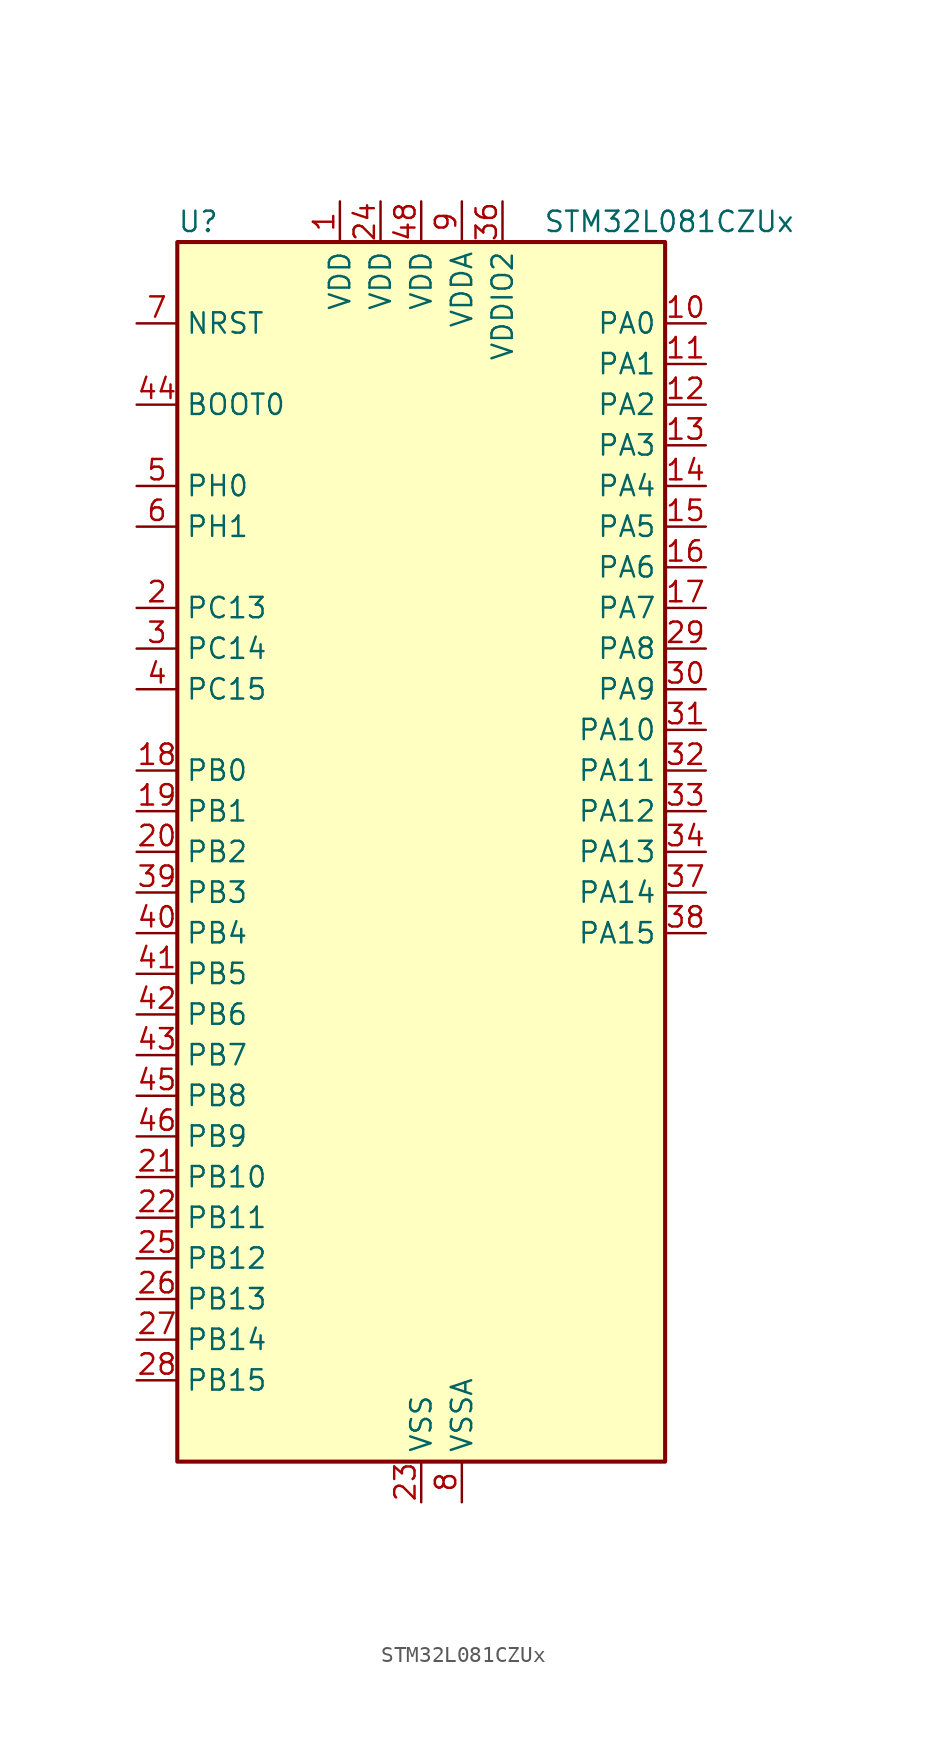
<source format=kicad_sym>
(kicad_symbol_lib
  (version 20241209)
  (generator "kicad_symbol_editor")
  (generator_version "9.0")
  (symbol "STM32L081CZUx"
    (property "Reference" "U"
      (at -15.24 39.37 0)
      (effects (font (size 1.27 1.27)) (justify left)))
    (property "Value" "STM32L081CZUx"
      (at 7.62 39.37 0)
      (effects (font (size 1.27 1.27)) (justify left)))
    (symbol "STM32L081CZUx_0_1"
      (rectangle (start -15.24 -38.1) (end 15.24 38.1) (stroke (width 0.254) (type default)) (fill (type background))))
    (symbol "STM32L081CZUx_1_1"
      (pin input line (at -17.78 33.02 0) (length 2.54) (name "NRST" (effects (font (size 1.27 1.27)))) (number "7" (effects (font (size 1.27 1.27)))))
      (pin input line (at -17.78 27.94 0) (length 2.54) (name "BOOT0" (effects (font (size 1.27 1.27)))) (number "44" (effects (font (size 1.27 1.27)))))
      (pin bidirectional line (at -17.78 22.86 0) (length 2.54) (name "PH0" (effects (font (size 1.27 1.27)))) (number "5" (effects (font (size 1.27 1.27)))) (alternate "RCC_OSC_IN" bidirectional line))
      (pin bidirectional line (at -17.78 20.32 0) (length 2.54) (name "PH1" (effects (font (size 1.27 1.27)))) (number "6" (effects (font (size 1.27 1.27)))) (alternate "RCC_OSC_OUT" bidirectional line))
      (pin bidirectional line (at -17.78 15.24 0) (length 2.54) (name "PC13" (effects (font (size 1.27 1.27)))) (number "2" (effects (font (size 1.27 1.27)))) (alternate "RTC_OUT_ALARM" bidirectional line) (alternate "RTC_OUT_CALIB" bidirectional line) (alternate "RTC_TAMP1" bidirectional line) (alternate "RTC_TS" bidirectional line) (alternate "SYS_WKUP2" bidirectional line))
      (pin bidirectional line (at -17.78 12.7 0) (length 2.54) (name "PC14" (effects (font (size 1.27 1.27)))) (number "3" (effects (font (size 1.27 1.27)))) (alternate "RCC_OSC32_IN" bidirectional line))
      (pin bidirectional line (at -17.78 10.16 0) (length 2.54) (name "PC15" (effects (font (size 1.27 1.27)))) (number "4" (effects (font (size 1.27 1.27)))) (alternate "RCC_OSC32_OUT" bidirectional line))
      (pin bidirectional line (at -17.78 5.08 0) (length 2.54) (name "PB0" (effects (font (size 1.27 1.27)))) (number "18" (effects (font (size 1.27 1.27)))) (alternate "ADC_IN8" bidirectional line) (alternate "SYS_VREF_OUT_PB0" bidirectional line) (alternate "TIM3_CH3" bidirectional line))
      (pin bidirectional line (at -17.78 2.54 0) (length 2.54) (name "PB1" (effects (font (size 1.27 1.27)))) (number "19" (effects (font (size 1.27 1.27)))) (alternate "ADC_IN9" bidirectional line) (alternate "LPUART1_DE" bidirectional line) (alternate "LPUART1_RTS" bidirectional line) (alternate "SYS_VREF_OUT_PB1" bidirectional line) (alternate "TIM3_CH4" bidirectional line))
      (pin bidirectional line (at -17.78 0 0) (length 2.54) (name "PB2" (effects (font (size 1.27 1.27)))) (number "20" (effects (font (size 1.27 1.27)))) (alternate "I2C3_SMBA" bidirectional line) (alternate "LPTIM1_OUT" bidirectional line))
      (pin bidirectional line (at -17.78 -2.54 0) (length 2.54) (name "PB3" (effects (font (size 1.27 1.27)))) (number "39" (effects (font (size 1.27 1.27)))) (alternate "COMP2_INM" bidirectional line) (alternate "SPI1_SCK" bidirectional line) (alternate "TIM2_CH2" bidirectional line) (alternate "USART1_DE" bidirectional line) (alternate "USART1_RTS" bidirectional line) (alternate "USART5_TX" bidirectional line))
      (pin bidirectional line (at -17.78 -5.08 0) (length 2.54) (name "PB4" (effects (font (size 1.27 1.27)))) (number "40" (effects (font (size 1.27 1.27)))) (alternate "COMP2_INP" bidirectional line) (alternate "I2C3_SDA" bidirectional line) (alternate "SPI1_MISO" bidirectional line) (alternate "TIM22_CH1" bidirectional line) (alternate "TIM3_CH1" bidirectional line) (alternate "USART1_CTS" bidirectional line) (alternate "USART5_RX" bidirectional line))
      (pin bidirectional line (at -17.78 -7.62 0) (length 2.54) (name "PB5" (effects (font (size 1.27 1.27)))) (number "41" (effects (font (size 1.27 1.27)))) (alternate "COMP2_INP" bidirectional line) (alternate "I2C1_SMBA" bidirectional line) (alternate "LPTIM1_IN1" bidirectional line) (alternate "SPI1_MOSI" bidirectional line) (alternate "TIM22_CH2" bidirectional line) (alternate "TIM3_CH2" bidirectional line) (alternate "USART1_CK" bidirectional line) (alternate "USART5_CK" bidirectional line) (alternate "USART5_DE" bidirectional line) (alternate "USART5_RTS" bidirectional line))
      (pin bidirectional line (at -17.78 -10.16 0) (length 2.54) (name "PB6" (effects (font (size 1.27 1.27)))) (number "42" (effects (font (size 1.27 1.27)))) (alternate "COMP2_INP" bidirectional line) (alternate "I2C1_SCL" bidirectional line) (alternate "LPTIM1_ETR" bidirectional line) (alternate "USART1_TX" bidirectional line))
      (pin bidirectional line (at -17.78 -12.7 0) (length 2.54) (name "PB7" (effects (font (size 1.27 1.27)))) (number "43" (effects (font (size 1.27 1.27)))) (alternate "COMP2_INP" bidirectional line) (alternate "I2C1_SDA" bidirectional line) (alternate "LPTIM1_IN2" bidirectional line) (alternate "SYS_PVD_IN" bidirectional line) (alternate "USART1_RX" bidirectional line) (alternate "USART4_CTS" bidirectional line))
      (pin bidirectional line (at -17.78 -15.24 0) (length 2.54) (name "PB8" (effects (font (size 1.27 1.27)))) (number "45" (effects (font (size 1.27 1.27)))) (alternate "I2C1_SCL" bidirectional line))
      (pin bidirectional line (at -17.78 -17.78 0) (length 2.54) (name "PB9" (effects (font (size 1.27 1.27)))) (number "46" (effects (font (size 1.27 1.27)))) (alternate "I2C1_SDA" bidirectional line) (alternate "I2S2_WS" bidirectional line) (alternate "SPI2_NSS" bidirectional line))
      (pin bidirectional line (at -17.78 -20.32 0) (length 2.54) (name "PB10" (effects (font (size 1.27 1.27)))) (number "21" (effects (font (size 1.27 1.27)))) (alternate "I2C2_SCL" bidirectional line) (alternate "LPUART1_RX" bidirectional line) (alternate "LPUART1_TX" bidirectional line) (alternate "SPI2_SCK" bidirectional line) (alternate "TIM2_CH3" bidirectional line))
      (pin bidirectional line (at -17.78 -22.86 0) (length 2.54) (name "PB11" (effects (font (size 1.27 1.27)))) (number "22" (effects (font (size 1.27 1.27)))) (alternate "ADC_EXTI11" bidirectional line) (alternate "I2C2_SDA" bidirectional line) (alternate "LPUART1_RX" bidirectional line) (alternate "LPUART1_TX" bidirectional line) (alternate "TIM2_CH4" bidirectional line))
      (pin bidirectional line (at -17.78 -25.4 0) (length 2.54) (name "PB12" (effects (font (size 1.27 1.27)))) (number "25" (effects (font (size 1.27 1.27)))) (alternate "I2S2_WS" bidirectional line) (alternate "LPUART1_DE" bidirectional line) (alternate "LPUART1_RTS" bidirectional line) (alternate "SPI2_NSS" bidirectional line))
      (pin bidirectional line (at -17.78 -27.94 0) (length 2.54) (name "PB13" (effects (font (size 1.27 1.27)))) (number "26" (effects (font (size 1.27 1.27)))) (alternate "I2C2_SCL" bidirectional line) (alternate "I2S2_CK" bidirectional line) (alternate "LPUART1_CTS" bidirectional line) (alternate "RCC_MCO" bidirectional line) (alternate "SPI2_SCK" bidirectional line) (alternate "TIM21_CH1" bidirectional line))
      (pin bidirectional line (at -17.78 -30.48 0) (length 2.54) (name "PB14" (effects (font (size 1.27 1.27)))) (number "27" (effects (font (size 1.27 1.27)))) (alternate "I2C2_SDA" bidirectional line) (alternate "I2S2_MCK" bidirectional line) (alternate "LPUART1_DE" bidirectional line) (alternate "LPUART1_RTS" bidirectional line) (alternate "RTC_OUT_ALARM" bidirectional line) (alternate "RTC_OUT_CALIB" bidirectional line) (alternate "SPI2_MISO" bidirectional line) (alternate "TIM21_CH2" bidirectional line))
      (pin bidirectional line (at -17.78 -33.02 0) (length 2.54) (name "PB15" (effects (font (size 1.27 1.27)))) (number "28" (effects (font (size 1.27 1.27)))) (alternate "I2S2_SD" bidirectional line) (alternate "RTC_REFIN" bidirectional line) (alternate "SPI2_MOSI" bidirectional line))
      (pin power_in line (at -5.08 40.64 270) (length 2.54) (name "VDD" (effects (font (size 1.27 1.27)))) (number "1" (effects (font (size 1.27 1.27)))))
      (pin power_in line (at -2.54 40.64 270) (length 2.54) (name "VDD" (effects (font (size 1.27 1.27)))) (number "24" (effects (font (size 1.27 1.27)))))
      (pin power_in line (at 0 40.64 270) (length 2.54) (name "VDD" (effects (font (size 1.27 1.27)))) (number "48" (effects (font (size 1.27 1.27)))))
      (pin power_in line (at 0 -40.64 90) (length 2.54) (name "VSS" (effects (font (size 1.27 1.27)))) (number "23" (effects (font (size 1.27 1.27)))))
      (pin passive line (at 0 -40.64 90) (length 2.54) (hide yes) (name "VSS" (effects (font (size 1.27 1.27)))) (number "35" (effects (font (size 1.27 1.27)))))
      (pin passive line (at 0 -40.64 90) (length 2.54) (hide yes) (name "VSS" (effects (font (size 1.27 1.27)))) (number "47" (effects (font (size 1.27 1.27)))))
      (pin passive line (at 0 -40.64 90) (length 2.54) (hide yes) (name "VSS" (effects (font (size 1.27 1.27)))) (number "49" (effects (font (size 1.27 1.27)))))
      (pin power_in line (at 2.54 40.64 270) (length 2.54) (name "VDDA" (effects (font (size 1.27 1.27)))) (number "9" (effects (font (size 1.27 1.27)))))
      (pin power_in line (at 2.54 -40.64 90) (length 2.54) (name "VSSA" (effects (font (size 1.27 1.27)))) (number "8" (effects (font (size 1.27 1.27)))))
      (pin power_in line (at 5.08 40.64 270) (length 2.54) (name "VDDIO2" (effects (font (size 1.27 1.27)))) (number "36" (effects (font (size 1.27 1.27)))))
      (pin bidirectional line (at 17.78 33.02 180) (length 2.54) (name "PA0" (effects (font (size 1.27 1.27)))) (number "10" (effects (font (size 1.27 1.27)))) (alternate "ADC_IN0" bidirectional line) (alternate "COMP1_INM" bidirectional line) (alternate "COMP1_OUT" bidirectional line) (alternate "RTC_TAMP2" bidirectional line) (alternate "SYS_WKUP1" bidirectional line) (alternate "TIM2_CH1" bidirectional line) (alternate "TIM2_ETR" bidirectional line) (alternate "USART2_CTS" bidirectional line) (alternate "USART4_TX" bidirectional line))
      (pin bidirectional line (at 17.78 30.48 180) (length 2.54) (name "PA1" (effects (font (size 1.27 1.27)))) (number "11" (effects (font (size 1.27 1.27)))) (alternate "ADC_IN1" bidirectional line) (alternate "COMP1_INP" bidirectional line) (alternate "TIM21_ETR" bidirectional line) (alternate "TIM2_CH2" bidirectional line) (alternate "USART2_DE" bidirectional line) (alternate "USART2_RTS" bidirectional line) (alternate "USART4_RX" bidirectional line))
      (pin bidirectional line (at 17.78 27.94 180) (length 2.54) (name "PA2" (effects (font (size 1.27 1.27)))) (number "12" (effects (font (size 1.27 1.27)))) (alternate "ADC_IN2" bidirectional line) (alternate "COMP2_INM" bidirectional line) (alternate "COMP2_OUT" bidirectional line) (alternate "LPUART1_TX" bidirectional line) (alternate "TIM21_CH1" bidirectional line) (alternate "TIM2_CH3" bidirectional line) (alternate "USART2_TX" bidirectional line))
      (pin bidirectional line (at 17.78 25.4 180) (length 2.54) (name "PA3" (effects (font (size 1.27 1.27)))) (number "13" (effects (font (size 1.27 1.27)))) (alternate "ADC_IN3" bidirectional line) (alternate "COMP2_INP" bidirectional line) (alternate "LPUART1_RX" bidirectional line) (alternate "TIM21_CH2" bidirectional line) (alternate "TIM2_CH4" bidirectional line) (alternate "USART2_RX" bidirectional line))
      (pin bidirectional line (at 17.78 22.86 180) (length 2.54) (name "PA4" (effects (font (size 1.27 1.27)))) (number "14" (effects (font (size 1.27 1.27)))) (alternate "ADC_IN4" bidirectional line) (alternate "COMP1_INM" bidirectional line) (alternate "COMP2_INM" bidirectional line) (alternate "SPI1_NSS" bidirectional line) (alternate "TIM22_ETR" bidirectional line) (alternate "USART2_CK" bidirectional line))
      (pin bidirectional line (at 17.78 20.32 180) (length 2.54) (name "PA5" (effects (font (size 1.27 1.27)))) (number "15" (effects (font (size 1.27 1.27)))) (alternate "ADC_IN5" bidirectional line) (alternate "COMP1_INM" bidirectional line) (alternate "COMP2_INM" bidirectional line) (alternate "SPI1_SCK" bidirectional line) (alternate "TIM2_CH1" bidirectional line) (alternate "TIM2_ETR" bidirectional line))
      (pin bidirectional line (at 17.78 17.78 180) (length 2.54) (name "PA6" (effects (font (size 1.27 1.27)))) (number "16" (effects (font (size 1.27 1.27)))) (alternate "ADC_IN6" bidirectional line) (alternate "COMP1_OUT" bidirectional line) (alternate "LPUART1_CTS" bidirectional line) (alternate "SPI1_MISO" bidirectional line) (alternate "TIM22_CH1" bidirectional line) (alternate "TIM3_CH1" bidirectional line))
      (pin bidirectional line (at 17.78 15.24 180) (length 2.54) (name "PA7" (effects (font (size 1.27 1.27)))) (number "17" (effects (font (size 1.27 1.27)))) (alternate "ADC_IN7" bidirectional line) (alternate "COMP2_OUT" bidirectional line) (alternate "SPI1_MOSI" bidirectional line) (alternate "TIM22_CH2" bidirectional line) (alternate "TIM3_CH2" bidirectional line))
      (pin bidirectional line (at 17.78 12.7 180) (length 2.54) (name "PA8" (effects (font (size 1.27 1.27)))) (number "29" (effects (font (size 1.27 1.27)))) (alternate "I2C3_SCL" bidirectional line) (alternate "RCC_MCO" bidirectional line) (alternate "USART1_CK" bidirectional line))
      (pin bidirectional line (at 17.78 10.16 180) (length 2.54) (name "PA9" (effects (font (size 1.27 1.27)))) (number "30" (effects (font (size 1.27 1.27)))) (alternate "I2C1_SCL" bidirectional line) (alternate "I2C3_SMBA" bidirectional line) (alternate "RCC_MCO" bidirectional line) (alternate "USART1_TX" bidirectional line))
      (pin bidirectional line (at 17.78 7.62 180) (length 2.54) (name "PA10" (effects (font (size 1.27 1.27)))) (number "31" (effects (font (size 1.27 1.27)))) (alternate "I2C1_SDA" bidirectional line) (alternate "USART1_RX" bidirectional line))
      (pin bidirectional line (at 17.78 5.08 180) (length 2.54) (name "PA11" (effects (font (size 1.27 1.27)))) (number "32" (effects (font (size 1.27 1.27)))) (alternate "ADC_EXTI11" bidirectional line) (alternate "COMP1_OUT" bidirectional line) (alternate "SPI1_MISO" bidirectional line) (alternate "USART1_CTS" bidirectional line))
      (pin bidirectional line (at 17.78 2.54 180) (length 2.54) (name "PA12" (effects (font (size 1.27 1.27)))) (number "33" (effects (font (size 1.27 1.27)))) (alternate "COMP2_OUT" bidirectional line) (alternate "SPI1_MOSI" bidirectional line) (alternate "USART1_DE" bidirectional line) (alternate "USART1_RTS" bidirectional line))
      (pin bidirectional line (at 17.78 0 180) (length 2.54) (name "PA13" (effects (font (size 1.27 1.27)))) (number "34" (effects (font (size 1.27 1.27)))) (alternate "LPUART1_RX" bidirectional line) (alternate "SYS_SWDIO" bidirectional line))
      (pin bidirectional line (at 17.78 -2.54 180) (length 2.54) (name "PA14" (effects (font (size 1.27 1.27)))) (number "37" (effects (font (size 1.27 1.27)))) (alternate "LPUART1_TX" bidirectional line) (alternate "SYS_SWCLK" bidirectional line) (alternate "USART2_TX" bidirectional line))
      (pin bidirectional line (at 17.78 -5.08 180) (length 2.54) (name "PA15" (effects (font (size 1.27 1.27)))) (number "38" (effects (font (size 1.27 1.27)))) (alternate "SPI1_NSS" bidirectional line) (alternate "TIM2_CH1" bidirectional line) (alternate "TIM2_ETR" bidirectional line) (alternate "USART2_RX" bidirectional line) (alternate "USART4_DE" bidirectional line) (alternate "USART4_RTS" bidirectional line)))))
</source>
